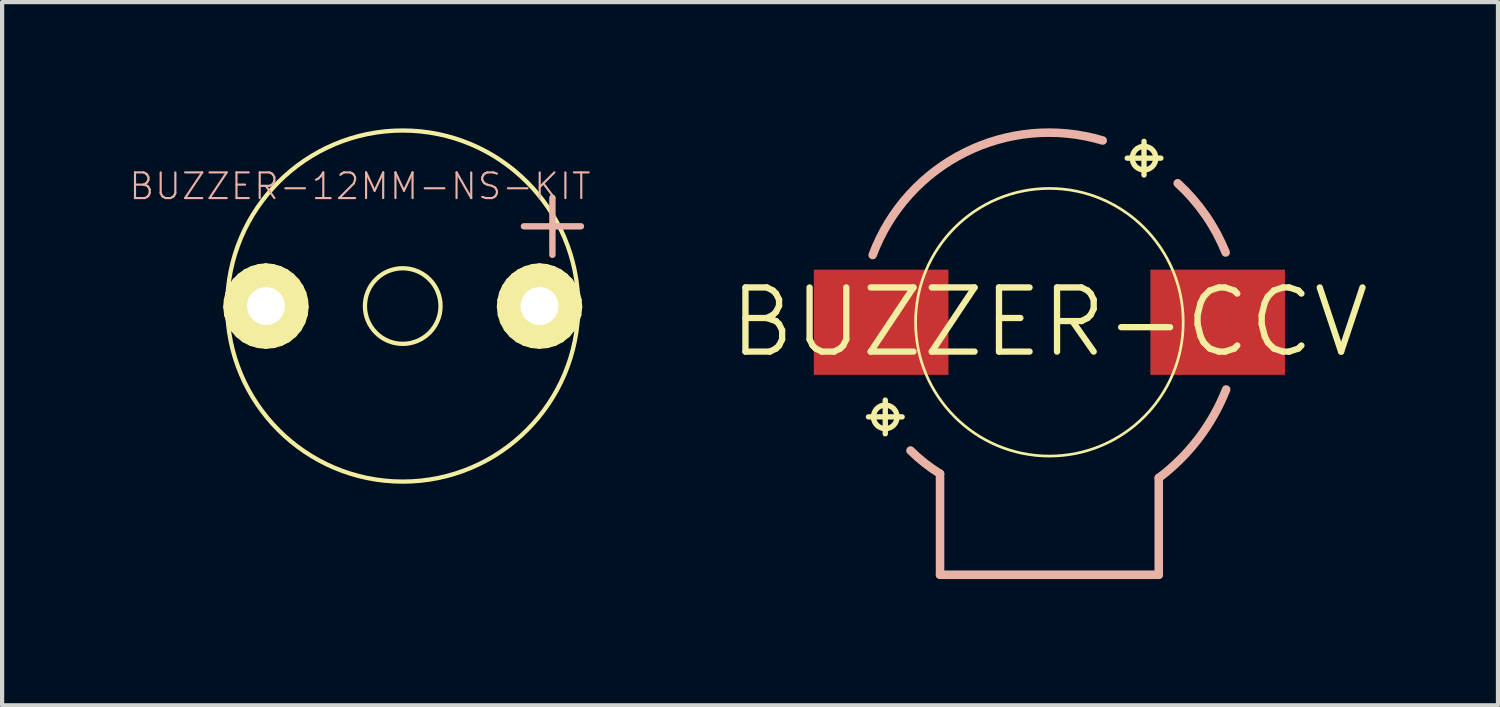
<source format=kicad_pcb>
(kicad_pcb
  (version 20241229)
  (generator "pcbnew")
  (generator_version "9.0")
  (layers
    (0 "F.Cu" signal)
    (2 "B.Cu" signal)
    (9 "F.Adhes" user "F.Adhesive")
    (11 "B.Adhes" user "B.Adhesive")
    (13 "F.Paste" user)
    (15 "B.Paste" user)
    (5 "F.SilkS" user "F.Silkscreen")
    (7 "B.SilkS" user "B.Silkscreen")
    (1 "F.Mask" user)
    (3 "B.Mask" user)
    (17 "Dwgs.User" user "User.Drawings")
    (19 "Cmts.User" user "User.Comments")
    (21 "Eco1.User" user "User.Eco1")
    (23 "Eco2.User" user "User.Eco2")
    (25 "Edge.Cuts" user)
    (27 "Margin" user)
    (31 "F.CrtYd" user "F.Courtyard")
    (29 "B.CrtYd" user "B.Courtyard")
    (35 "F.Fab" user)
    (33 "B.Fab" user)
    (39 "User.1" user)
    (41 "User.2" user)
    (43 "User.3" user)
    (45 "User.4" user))
  (footprint "BUZZER-12MM-NS-KIT"
    (layer "F.Cu")
    (at 6.518 4.221)
    (property "Reference" "BUZZER-12MM-NS-KIT" (at -1.016 -2.845 0) (layer "B.SilkS") (effects (font (size 0.61 0.61) (thickness 0.051))))
    (attr exclude_from_pos_files exclude_from_bom)
    (fp_line (start -4.201 0.02) (end -4.188 -0.142) (stroke (width 0.127) (type solid)) (layer "F.SilkS"))
    (fp_line (start -4.188 -0.142) (end -4.148 -0.307) (stroke (width 0.127) (type solid)) (layer "F.SilkS"))
    (fp_line (start -4.181 0.206) (end -4.201 0.02) (stroke (width 0.127) (type solid)) (layer "F.SilkS"))
    (fp_line (start -4.148 -0.307) (end -4.079 -0.46) (stroke (width 0.127) (type solid)) (layer "F.SilkS"))
    (fp_line (start -4.125 0.381) (end -4.181 0.206) (stroke (width 0.127) (type solid)) (layer "F.SilkS"))
    (fp_line (start -4.079 -0.46) (end -3.985 -0.599) (stroke (width 0.127) (type solid)) (layer "F.SilkS"))
    (fp_line (start -4.036 0.544) (end -4.125 0.381) (stroke (width 0.127) (type solid)) (layer "F.SilkS"))
    (fp_line (start -3.985 -0.599) (end -3.866 -0.719) (stroke (width 0.127) (type solid)) (layer "F.SilkS"))
    (fp_line (start -3.917 0.683) (end -4.036 0.544) (stroke (width 0.127) (type solid)) (layer "F.SilkS"))
    (fp_line (start -3.866 -0.719) (end -3.731 -0.815) (stroke (width 0.127) (type solid)) (layer "F.SilkS"))
    (fp_line (start -3.772 0.8) (end -3.917 0.683) (stroke (width 0.127) (type solid)) (layer "F.SilkS"))
    (fp_line (start -3.731 -0.815) (end -3.579 -0.889) (stroke (width 0.127) (type solid)) (layer "F.SilkS"))
    (fp_line (start -3.696 0.018) (end -3.686 -0.081) (stroke (width 0.127) (type solid)) (layer "F.SilkS"))
    (fp_line (start -3.686 -0.081) (end -3.655 -0.178) (stroke (width 0.127) (type solid)) (layer "F.SilkS"))
    (fp_line (start -3.68 0.114) (end -3.696 0.018) (stroke (width 0.127) (type solid)) (layer "F.SilkS"))
    (fp_line (start -3.655 -0.178) (end -3.602 -0.264) (stroke (width 0.127) (type solid)) (layer "F.SilkS"))
    (fp_line (start -3.647 0.206) (end -3.68 0.114) (stroke (width 0.127) (type solid)) (layer "F.SilkS"))
    (fp_line (start -3.609 0.884) (end -3.772 0.8) (stroke (width 0.127) (type solid)) (layer "F.SilkS"))
    (fp_line (start -3.602 -0.264) (end -3.531 -0.34) (stroke (width 0.127) (type solid)) (layer "F.SilkS"))
    (fp_line (start -3.594 0.287) (end -3.647 0.206) (stroke (width 0.127) (type solid)) (layer "F.SilkS"))
    (fp_line (start -3.579 -0.889) (end -3.416 -0.935) (stroke (width 0.127) (type solid)) (layer "F.SilkS"))
    (fp_line (start -3.531 -0.34) (end -3.447 -0.396) (stroke (width 0.127) (type solid)) (layer "F.SilkS"))
    (fp_line (start -3.523 0.356) (end -3.594 0.287) (stroke (width 0.127) (type solid)) (layer "F.SilkS"))
    (fp_line (start -3.447 -0.396) (end -3.35 -0.432) (stroke (width 0.127) (type solid)) (layer "F.SilkS"))
    (fp_line (start -3.439 0.404) (end -3.523 0.356) (stroke (width 0.127) (type solid)) (layer "F.SilkS"))
    (fp_line (start -3.432 0.935) (end -3.609 0.884) (stroke (width 0.127) (type solid)) (layer "F.SilkS"))
    (fp_line (start -3.416 -0.935) (end -3.251 -0.953) (stroke (width 0.127) (type solid)) (layer "F.SilkS"))
    (fp_line (start -3.35 -0.432) (end -3.251 -0.445) (stroke (width 0.127) (type solid)) (layer "F.SilkS"))
    (fp_line (start -3.348 0.434) (end -3.439 0.404) (stroke (width 0.127) (type solid)) (layer "F.SilkS"))
    (fp_line (start -3.251 -0.953) (end -3.084 -0.935) (stroke (width 0.127) (type solid)) (layer "F.SilkS"))
    (fp_line (start -3.251 -0.445) (end -3.15 -0.432) (stroke (width 0.127) (type solid)) (layer "F.SilkS"))
    (fp_line (start -3.251 0.445) (end -3.348 0.434) (stroke (width 0.127) (type solid)) (layer "F.SilkS"))
    (fp_line (start -3.249 0.953) (end -3.432 0.935) (stroke (width 0.127) (type solid)) (layer "F.SilkS"))
    (fp_line (start -3.152 0.434) (end -3.251 0.445) (stroke (width 0.127) (type solid)) (layer "F.SilkS"))
    (fp_line (start -3.15 -0.432) (end -3.056 -0.399) (stroke (width 0.127) (type solid)) (layer "F.SilkS"))
    (fp_line (start -3.084 -0.935) (end -2.921 -0.889) (stroke (width 0.127) (type solid)) (layer "F.SilkS"))
    (fp_line (start -3.063 0.935) (end -3.249 0.953) (stroke (width 0.127) (type solid)) (layer "F.SilkS"))
    (fp_line (start -3.061 0.401) (end -3.152 0.434) (stroke (width 0.127) (type solid)) (layer "F.SilkS"))
    (fp_line (start -3.056 -0.399) (end -2.972 -0.343) (stroke (width 0.127) (type solid)) (layer "F.SilkS"))
    (fp_line (start -2.977 0.351) (end -3.061 0.401) (stroke (width 0.127) (type solid)) (layer "F.SilkS"))
    (fp_line (start -2.972 -0.343) (end -2.901 -0.272) (stroke (width 0.127) (type solid)) (layer "F.SilkS"))
    (fp_line (start -2.921 -0.889) (end -2.769 -0.815) (stroke (width 0.127) (type solid)) (layer "F.SilkS"))
    (fp_line (start -2.906 0.282) (end -2.977 0.351) (stroke (width 0.127) (type solid)) (layer "F.SilkS"))
    (fp_line (start -2.901 -0.272) (end -2.85 -0.185) (stroke (width 0.127) (type solid)) (layer "F.SilkS"))
    (fp_line (start -2.888 0.884) (end -3.063 0.935) (stroke (width 0.127) (type solid)) (layer "F.SilkS"))
    (fp_line (start -2.852 0.198) (end -2.906 0.282) (stroke (width 0.127) (type solid)) (layer "F.SilkS"))
    (fp_line (start -2.85 -0.185) (end -2.817 -0.089) (stroke (width 0.127) (type solid)) (layer "F.SilkS"))
    (fp_line (start -2.819 0.107) (end -2.852 0.198) (stroke (width 0.127) (type solid)) (layer "F.SilkS"))
    (fp_line (start -2.817 -0.089) (end -2.809 0.008) (stroke (width 0.127) (type solid)) (layer "F.SilkS"))
    (fp_line (start -2.809 0.008) (end -2.819 0.107) (stroke (width 0.127) (type solid)) (layer "F.SilkS"))
    (fp_line (start -2.769 -0.815) (end -2.634 -0.716) (stroke (width 0.127) (type solid)) (layer "F.SilkS"))
    (fp_line (start -2.725 0.8) (end -2.888 0.884) (stroke (width 0.127) (type solid)) (layer "F.SilkS"))
    (fp_line (start -2.634 -0.716) (end -2.517 -0.597) (stroke (width 0.127) (type solid)) (layer "F.SilkS"))
    (fp_line (start -2.581 0.683) (end -2.725 0.8) (stroke (width 0.127) (type solid)) (layer "F.SilkS"))
    (fp_line (start -2.517 -0.597) (end -2.423 -0.457) (stroke (width 0.127) (type solid)) (layer "F.SilkS"))
    (fp_line (start -2.464 0.544) (end -2.581 0.683) (stroke (width 0.127) (type solid)) (layer "F.SilkS"))
    (fp_line (start -2.423 -0.457) (end -2.352 -0.305) (stroke (width 0.127) (type solid)) (layer "F.SilkS"))
    (fp_line (start -2.375 0.381) (end -2.464 0.544) (stroke (width 0.127) (type solid)) (layer "F.SilkS"))
    (fp_line (start -2.352 -0.305) (end -2.311 -0.14) (stroke (width 0.127) (type solid)) (layer "F.SilkS"))
    (fp_line (start -2.319 0.206) (end -2.375 0.381) (stroke (width 0.127) (type solid)) (layer "F.SilkS"))
    (fp_line (start -2.311 -0.14) (end -2.299 0.025) (stroke (width 0.127) (type solid)) (layer "F.SilkS"))
    (fp_line (start -2.299 0.025) (end -2.319 0.206) (stroke (width 0.127) (type solid)) (layer "F.SilkS"))
    (fp_line (start 2.299 0.02) (end 2.311 -0.142) (stroke (width 0.127) (type solid)) (layer "F.SilkS"))
    (fp_line (start 2.311 -0.142) (end 2.352 -0.307) (stroke (width 0.127) (type solid)) (layer "F.SilkS"))
    (fp_line (start 2.319 0.206) (end 2.299 0.02) (stroke (width 0.127) (type solid)) (layer "F.SilkS"))
    (fp_line (start 2.352 -0.307) (end 2.421 -0.46) (stroke (width 0.127) (type solid)) (layer "F.SilkS"))
    (fp_line (start 2.375 0.381) (end 2.319 0.206) (stroke (width 0.127) (type solid)) (layer "F.SilkS"))
    (fp_line (start 2.421 -0.46) (end 2.515 -0.599) (stroke (width 0.127) (type solid)) (layer "F.SilkS"))
    (fp_line (start 2.464 0.544) (end 2.375 0.381) (stroke (width 0.127) (type solid)) (layer "F.SilkS"))
    (fp_line (start 2.515 -0.599) (end 2.634 -0.719) (stroke (width 0.127) (type solid)) (layer "F.SilkS"))
    (fp_line (start 2.583 0.683) (end 2.464 0.544) (stroke (width 0.127) (type solid)) (layer "F.SilkS"))
    (fp_line (start 2.634 -0.719) (end 2.769 -0.815) (stroke (width 0.127) (type solid)) (layer "F.SilkS"))
    (fp_line (start 2.728 0.8) (end 2.583 0.683) (stroke (width 0.127) (type solid)) (layer "F.SilkS"))
    (fp_line (start 2.769 -0.815) (end 2.921 -0.889) (stroke (width 0.127) (type solid)) (layer "F.SilkS"))
    (fp_line (start 2.807 0.018) (end 2.814 -0.081) (stroke (width 0.127) (type solid)) (layer "F.SilkS"))
    (fp_line (start 2.814 -0.081) (end 2.845 -0.178) (stroke (width 0.127) (type solid)) (layer "F.SilkS"))
    (fp_line (start 2.819 0.114) (end 2.807 0.018) (stroke (width 0.127) (type solid)) (layer "F.SilkS"))
    (fp_line (start 2.845 -0.178) (end 2.898 -0.264) (stroke (width 0.127) (type solid)) (layer "F.SilkS"))
    (fp_line (start 2.852 0.206) (end 2.819 0.114) (stroke (width 0.127) (type solid)) (layer "F.SilkS"))
    (fp_line (start 2.891 0.884) (end 2.728 0.8) (stroke (width 0.127) (type solid)) (layer "F.SilkS"))
    (fp_line (start 2.898 -0.264) (end 2.969 -0.34) (stroke (width 0.127) (type solid)) (layer "F.SilkS"))
    (fp_line (start 2.906 0.287) (end 2.852 0.206) (stroke (width 0.127) (type solid)) (layer "F.SilkS"))
    (fp_line (start 2.921 -0.889) (end 3.084 -0.935) (stroke (width 0.127) (type solid)) (layer "F.SilkS"))
    (fp_line (start 2.969 -0.34) (end 3.053 -0.396) (stroke (width 0.127) (type solid)) (layer "F.SilkS"))
    (fp_line (start 2.977 0.356) (end 2.906 0.287) (stroke (width 0.127) (type solid)) (layer "F.SilkS"))
    (fp_line (start 3.053 -0.396) (end 3.15 -0.432) (stroke (width 0.127) (type solid)) (layer "F.SilkS"))
    (fp_line (start 3.061 0.404) (end 2.977 0.356) (stroke (width 0.127) (type solid)) (layer "F.SilkS"))
    (fp_line (start 3.068 0.935) (end 2.891 0.884) (stroke (width 0.127) (type solid)) (layer "F.SilkS"))
    (fp_line (start 3.084 -0.935) (end 3.251 -0.953) (stroke (width 0.127) (type solid)) (layer "F.SilkS"))
    (fp_line (start 3.15 -0.432) (end 3.251 -0.445) (stroke (width 0.127) (type solid)) (layer "F.SilkS"))
    (fp_line (start 3.152 0.434) (end 3.061 0.404) (stroke (width 0.127) (type solid)) (layer "F.SilkS"))
    (fp_line (start 3.251 -0.953) (end 3.416 -0.935) (stroke (width 0.127) (type solid)) (layer "F.SilkS"))
    (fp_line (start 3.251 -0.445) (end 3.35 -0.432) (stroke (width 0.127) (type solid)) (layer "F.SilkS"))
    (fp_line (start 3.251 0.445) (end 3.152 0.434) (stroke (width 0.127) (type solid)) (layer "F.SilkS"))
    (fp_line (start 3.251 0.953) (end 3.068 0.935) (stroke (width 0.127) (type solid)) (layer "F.SilkS"))
    (fp_line (start 3.348 0.434) (end 3.251 0.445) (stroke (width 0.127) (type solid)) (layer "F.SilkS"))
    (fp_line (start 3.35 -0.432) (end 3.444 -0.399) (stroke (width 0.127) (type solid)) (layer "F.SilkS"))
    (fp_line (start 3.416 -0.935) (end 3.579 -0.889) (stroke (width 0.127) (type solid)) (layer "F.SilkS"))
    (fp_line (start 3.437 0.935) (end 3.251 0.953) (stroke (width 0.127) (type solid)) (layer "F.SilkS"))
    (fp_line (start 3.439 0.401) (end 3.348 0.434) (stroke (width 0.127) (type solid)) (layer "F.SilkS"))
    (fp_line (start 3.444 -0.399) (end 3.528 -0.343) (stroke (width 0.127) (type solid)) (layer "F.SilkS"))
    (fp_line (start 3.523 0.351) (end 3.439 0.401) (stroke (width 0.127) (type solid)) (layer "F.SilkS"))
    (fp_line (start 3.528 -0.343) (end 3.599 -0.272) (stroke (width 0.127) (type solid)) (layer "F.SilkS"))
    (fp_line (start 3.579 -0.889) (end 3.731 -0.815) (stroke (width 0.127) (type solid)) (layer "F.SilkS"))
    (fp_line (start 3.594 0.282) (end 3.523 0.351) (stroke (width 0.127) (type solid)) (layer "F.SilkS"))
    (fp_line (start 3.599 -0.272) (end 3.65 -0.185) (stroke (width 0.127) (type solid)) (layer "F.SilkS"))
    (fp_line (start 3.612 0.884) (end 3.437 0.935) (stroke (width 0.127) (type solid)) (layer "F.SilkS"))
    (fp_line (start 3.647 0.198) (end 3.594 0.282) (stroke (width 0.127) (type solid)) (layer "F.SilkS"))
    (fp_line (start 3.65 -0.185) (end 3.683 -0.089) (stroke (width 0.127) (type solid)) (layer "F.SilkS"))
    (fp_line (start 3.68 0.107) (end 3.647 0.198) (stroke (width 0.127) (type solid)) (layer "F.SilkS"))
    (fp_line (start 3.683 -0.089) (end 3.691 0.008) (stroke (width 0.127) (type solid)) (layer "F.SilkS"))
    (fp_line (start 3.691 0.008) (end 3.68 0.107) (stroke (width 0.127) (type solid)) (layer "F.SilkS"))
    (fp_line (start 3.731 -0.815) (end 3.866 -0.716) (stroke (width 0.127) (type solid)) (layer "F.SilkS"))
    (fp_line (start 3.774 0.8) (end 3.612 0.884) (stroke (width 0.127) (type solid)) (layer "F.SilkS"))
    (fp_line (start 3.866 -0.716) (end 3.983 -0.597) (stroke (width 0.127) (type solid)) (layer "F.SilkS"))
    (fp_line (start 3.919 0.683) (end 3.774 0.8) (stroke (width 0.127) (type solid)) (layer "F.SilkS"))
    (fp_line (start 3.983 -0.597) (end 4.077 -0.457) (stroke (width 0.127) (type solid)) (layer "F.SilkS"))
    (fp_line (start 4.036 0.544) (end 3.919 0.683) (stroke (width 0.127) (type solid)) (layer "F.SilkS"))
    (fp_line (start 4.077 -0.457) (end 4.148 -0.305) (stroke (width 0.127) (type solid)) (layer "F.SilkS"))
    (fp_line (start 4.125 0.381) (end 4.036 0.544) (stroke (width 0.127) (type solid)) (layer "F.SilkS"))
    (fp_line (start 4.148 -0.305) (end 4.188 -0.14) (stroke (width 0.127) (type solid)) (layer "F.SilkS"))
    (fp_line (start 4.181 0.206) (end 4.125 0.381) (stroke (width 0.127) (type solid)) (layer "F.SilkS"))
    (fp_line (start 4.188 -0.14) (end 4.201 0.025) (stroke (width 0.127) (type solid)) (layer "F.SilkS"))
    (fp_line (start 4.201 0.025) (end 4.181 0.206) (stroke (width 0.127) (type solid)) (layer "F.SilkS"))
    (fp_circle (center 0 0) (end -2.949 2.949) (stroke (width 0.102) (type solid)) (fill no) (layer "F.SilkS"))
    (fp_circle (center 0 0) (end -0.635 0.635) (stroke (width 0.102) (type solid)) (fill no) (layer "F.SilkS"))
    (fp_text user "+" (at 3.556 -2.032 0) (layer "B.SilkS") (effects (font (size 1.778 1.778) (thickness 0.152))))
    (pad "+" thru_hole circle (at 3.249 0) (size 1.88 1.88) (drill 0.899) (layers "*.Cu" "F.Mask" "F.SilkS" "F.Paste"))
    (pad "-" thru_hole circle (at -3.249 0) (size 1.88 1.88) (drill 0.899) (layers "*.Cu" "F.Mask" "F.SilkS" "F.Paste")))
  (footprint "BUZZER-CCV"
    (layer "F.Cu")
    (at 21.881 4.606)
    (property "Reference" "BUZZER-CCV" (at 0 0 0) (layer "F.SilkS") (effects (font (size 1.524 1.524) (thickness 0.15))))
    (attr smd)
    (fp_line (start -4.298 2.248) (end -3.498 2.248) (stroke (width 0.127) (type solid)) (layer "F.SilkS"))
    (fp_line (start -3.899 2.649) (end -3.899 1.849) (stroke (width 0.127) (type solid)) (layer "F.SilkS"))
    (fp_line (start -2.598 5.999) (end -2.598 3.698) (stroke (width 0.127) (type solid)) (layer "F.SilkS"))
    (fp_line (start 1.849 -3.899) (end 2.649 -3.899) (stroke (width 0.127) (type solid)) (layer "F.SilkS"))
    (fp_line (start 2.248 -3.498) (end 2.248 -4.298) (stroke (width 0.127) (type solid)) (layer "F.SilkS"))
    (fp_line (start 2.598 5.999) (end -2.598 5.999) (stroke (width 0.127) (type solid)) (layer "F.SilkS"))
    (fp_line (start 2.598 5.999) (end 2.598 3.698) (stroke (width 0.127) (type solid)) (layer "F.SilkS"))
    (fp_circle (center -3.899 2.248) (end -4.097 2.446) (stroke (width 0.127) (type solid)) (fill no) (layer "F.SilkS"))
    (fp_circle (center 0 0) (end -2.248 2.248) (stroke (width 0.064) (type solid)) (fill no) (layer "F.SilkS"))
    (fp_circle (center 2.248 -3.899) (end 2.446 -4.097) (stroke (width 0.127) (type solid)) (fill no) (layer "F.SilkS"))
    (fp_line (start -2.598 5.999) (end -2.598 3.599) (stroke (width 0.203) (type solid)) (layer "B.SilkS"))
    (fp_line (start -2.598 5.999) (end 2.598 5.999) (stroke (width 0.203) (type solid)) (layer "B.SilkS"))
    (fp_line (start 2.598 5.999) (end 2.598 3.698) (stroke (width 0.203) (type solid)) (layer "B.SilkS"))
    (fp_arc (start -4.19862 -1.59766) (mid -2.002832 -4.035588) (end 1.265977 -4.3182) (stroke (width 0.2032) (type solid)) (layer "B.SilkS"))
    (fp_arc (start -2.59842 3.59918) (mid -2.964698 3.343253) (end -3.299908 3.047799) (stroke (width 0.2032) (type solid)) (layer "B.SilkS"))
    (fp_arc (start 3.048 -3.302) (mid 3.709998 -2.543969) (end 4.187605 -1.658111) (stroke (width 0.2032) (type solid)) (layer "B.SilkS"))
    (fp_arc (start 4.19862 1.59766) (mid 3.545549 2.758251) (end 2.601146 3.697174) (stroke (width 0.2032) (type solid)) (layer "B.SilkS"))
    (pad "+" smd rect (at 3.998 0) (size 3.198 2.499) (layers "F.Cu" "F.Mask" "F.Paste"))
    (pad "-" smd rect (at -3.998 0) (size 3.198 2.499) (layers "F.Cu" "F.Mask" "F.Paste")))
  (gr_rect
    (start -3 -3)
    (end 32.538 13.707)
    (stroke (width 0.1) (type default))
    (fill no)
    (layer "Edge.Cuts")))
</source>
